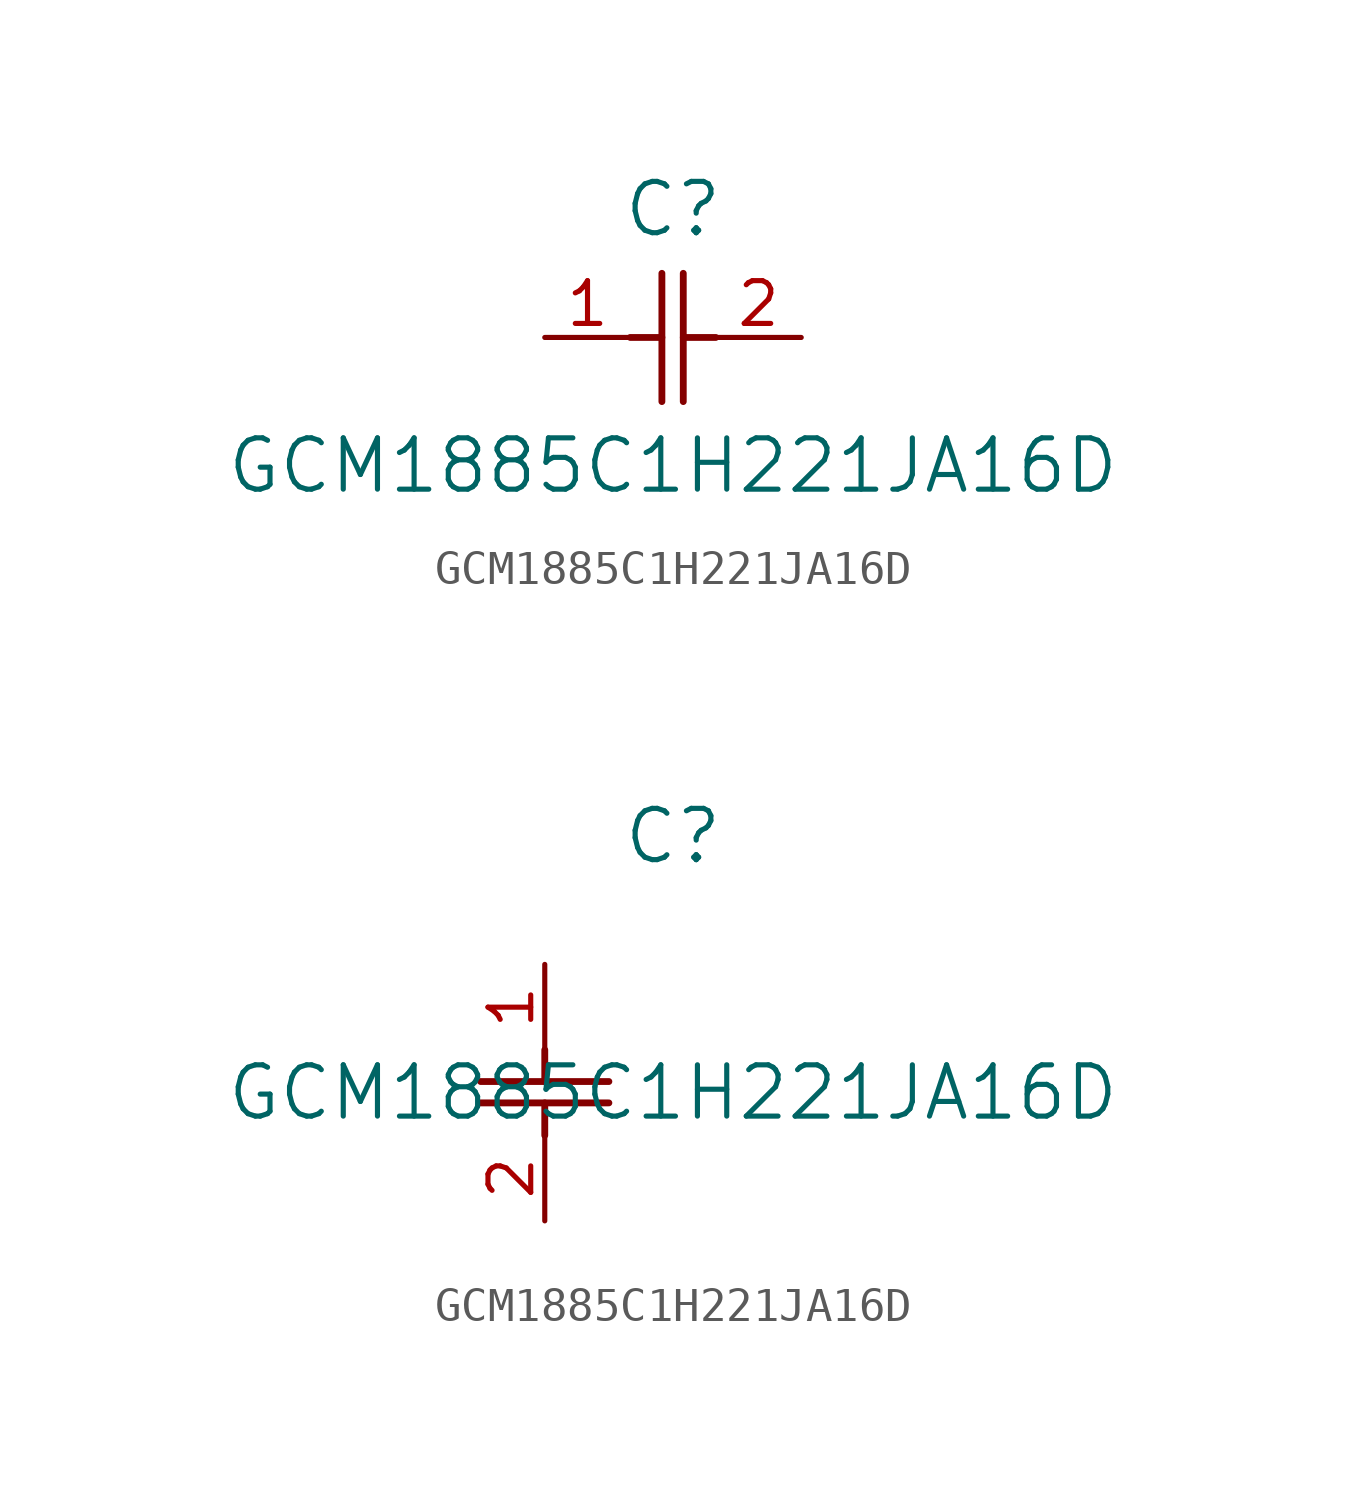
<source format=kicad_sym>
(kicad_symbol_lib
  (version 20211014)
  (generator kicad_symbol_editor)
  (symbol "GCM1885C1H221JA16D"
    (pin_names
      (offset 0.254))
    (property "Reference" "C"
      (at 3.81 3.81 0)
      (effects (font (size 1.524 1.524))))
    (property "Value" "GCM1885C1H221JA16D"
      (at 3.81 -3.81 0)
      (effects (font (size 1.524 1.524))))
    (symbol "GCM1885C1H221JA16D_1_1"
      (polyline (pts (xy 3.48 -1.905) (xy 3.48 1.905)) (stroke (width 0.203) (type default) (color 0 0 0 0)) (fill (type none)))
      (polyline (pts (xy 4.115 -1.905) (xy 4.115 1.905)) (stroke (width 0.203) (type default) (color 0 0 0 0)) (fill (type none)))
      (polyline (pts (xy 4.115 0) (xy 5.08 0)) (stroke (width 0.203) (type default) (color 0 0 0 0)) (fill (type none)))
      (polyline (pts (xy 2.54 0) (xy 3.48 0)) (stroke (width 0.203) (type default) (color 0 0 0 0)) (fill (type none)))
      (pin unspecified line (at 0 0 0) (length 2.54) (name "" (effects (font (size 1.27 1.27)))) (number "1" (effects (font (size 1.27 1.27)))))
      (pin unspecified line (at 7.62 0 180) (length 2.54) (name "" (effects (font (size 1.27 1.27)))) (number "2" (effects (font (size 1.27 1.27))))))
    (symbol "GCM1885C1H221JA16D_1_2"
      (polyline (pts (xy -1.905 -3.48) (xy 1.905 -3.48)) (stroke (width 0.203) (type default) (color 0 0 0 0)) (fill (type none)))
      (polyline (pts (xy -1.905 -4.115) (xy 1.905 -4.115)) (stroke (width 0.203) (type default) (color 0 0 0 0)) (fill (type none)))
      (polyline (pts (xy 0 -4.115) (xy 0 -5.08)) (stroke (width 0.203) (type default) (color 0 0 0 0)) (fill (type none)))
      (polyline (pts (xy 0 -2.54) (xy 0 -3.48)) (stroke (width 0.203) (type default) (color 0 0 0 0)) (fill (type none)))
      (pin unspecified line (at 0 0 270) (length 2.54) (name "" (effects (font (size 1.27 1.27)))) (number "1" (effects (font (size 1.27 1.27)))))
      (pin unspecified line (at 0 -7.62 90) (length 2.54) (name "" (effects (font (size 1.27 1.27)))) (number "2" (effects (font (size 1.27 1.27))))))))
</source>
